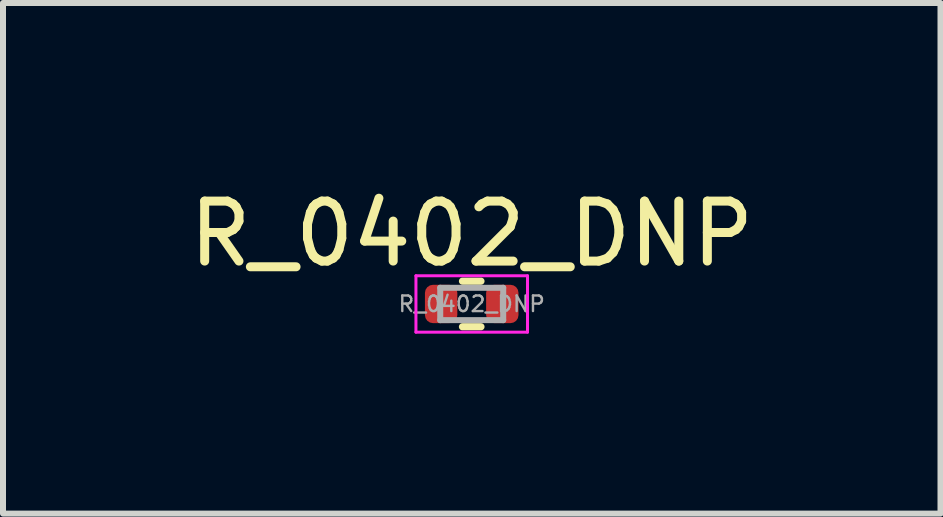
<source format=kicad_pcb>
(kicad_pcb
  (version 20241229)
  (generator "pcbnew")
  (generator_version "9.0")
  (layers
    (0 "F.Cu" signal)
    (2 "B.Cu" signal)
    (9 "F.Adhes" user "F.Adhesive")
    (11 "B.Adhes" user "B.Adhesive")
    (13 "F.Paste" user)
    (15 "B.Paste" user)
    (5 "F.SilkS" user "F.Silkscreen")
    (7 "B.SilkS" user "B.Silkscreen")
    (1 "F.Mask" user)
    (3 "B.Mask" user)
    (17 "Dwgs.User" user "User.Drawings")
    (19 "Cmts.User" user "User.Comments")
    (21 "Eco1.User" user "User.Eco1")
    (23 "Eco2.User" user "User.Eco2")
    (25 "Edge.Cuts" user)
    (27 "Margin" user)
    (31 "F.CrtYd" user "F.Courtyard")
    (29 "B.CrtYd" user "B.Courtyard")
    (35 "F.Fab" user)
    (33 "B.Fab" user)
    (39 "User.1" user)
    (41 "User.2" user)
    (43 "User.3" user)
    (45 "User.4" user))
  (footprint "R_0402_DNP"
    (layer "F.Cu")
    (at 4.815 2.018)
    (property "Reference" "R_0402_DNP" (at 0 -1.17 0) (layer "F.SilkS") (effects (font (size 1 1) (thickness 0.15))))
    (attr smd exclude_from_pos_files dnp)
    (fp_line (start -0.154 -0.38) (end 0.154 -0.38) (stroke (width 0.12) (type solid)) (layer "F.SilkS"))
    (fp_line (start -0.154 0.38) (end 0.154 0.38) (stroke (width 0.12) (type solid)) (layer "F.SilkS"))
    (fp_line (start -0.93 -0.47) (end 0.93 -0.47) (stroke (width 0.05) (type solid)) (layer "F.CrtYd"))
    (fp_line (start -0.93 0.47) (end -0.93 -0.47) (stroke (width 0.05) (type solid)) (layer "F.CrtYd"))
    (fp_line (start 0.93 -0.47) (end 0.93 0.47) (stroke (width 0.05) (type solid)) (layer "F.CrtYd"))
    (fp_line (start 0.93 0.47) (end -0.93 0.47) (stroke (width 0.05) (type solid)) (layer "F.CrtYd"))
    (fp_line (start -0.525 -0.27) (end 0.525 -0.27) (stroke (width 0.1) (type solid)) (layer "F.Fab"))
    (fp_line (start -0.525 0.27) (end -0.525 -0.27) (stroke (width 0.1) (type solid)) (layer "F.Fab"))
    (fp_line (start 0.525 -0.27) (end 0.525 0.27) (stroke (width 0.1) (type solid)) (layer "F.Fab"))
    (fp_line (start 0.525 0.27) (end -0.525 0.27) (stroke (width 0.1) (type solid)) (layer "F.Fab"))
    (fp_text user "${REFERENCE}" (at 0 0 0) (layer "F.Fab") (effects (font (size 0.26 0.26) (thickness 0.04))))
    (pad "1" smd roundrect (at -0.51 0) (size 0.54 0.64) (layers "F.Cu" "F.Mask") (roundrect_rratio 0.25))
    (pad "2" smd roundrect (at 0.51 0) (size 0.54 0.64) (layers "F.Cu" "F.Mask") (roundrect_rratio 0.25)))
  (gr_rect
    (start -3 -3)
    (end 12.631 5.513)
    (stroke (width 0.1) (type default))
    (fill no)
    (layer "Edge.Cuts")))
</source>
